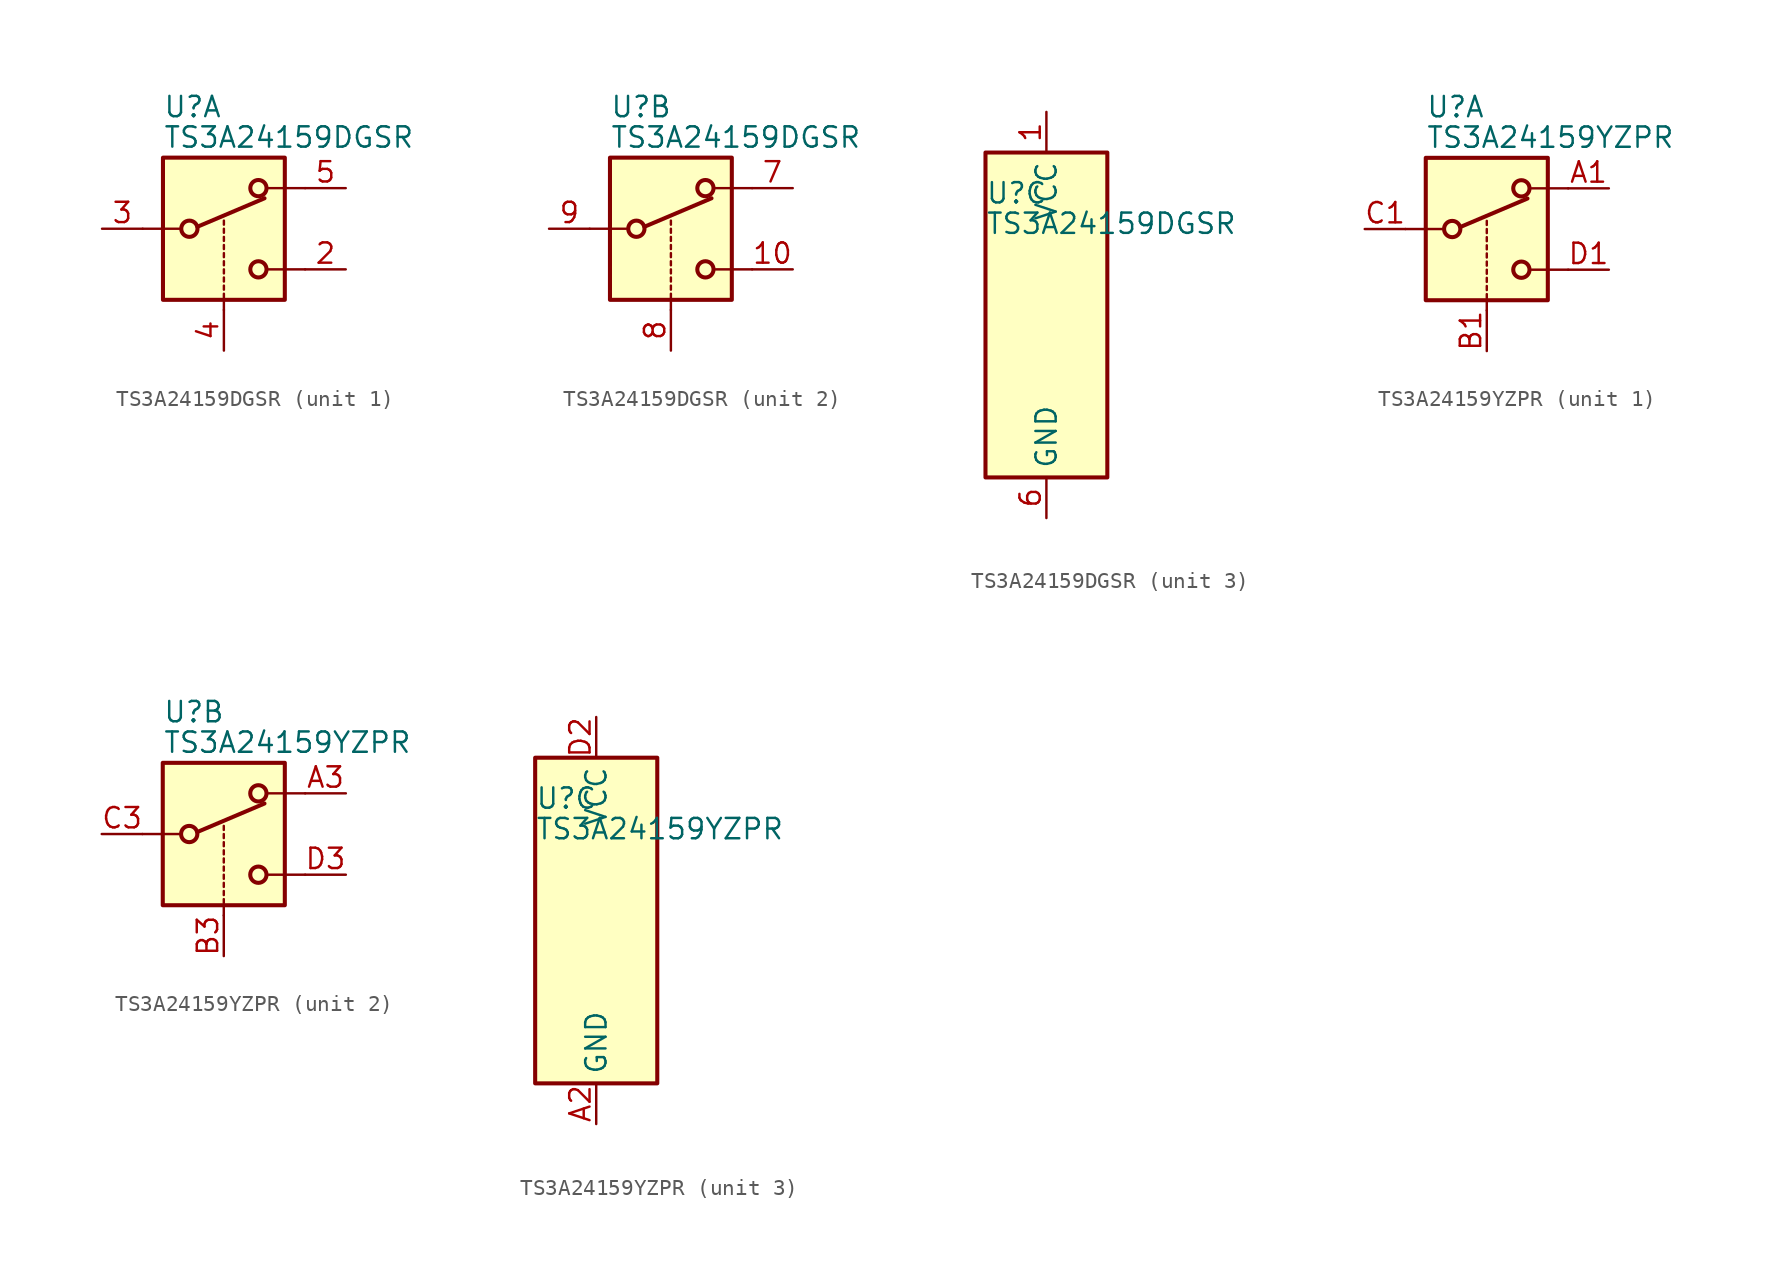
<source format=kicad_sym>
(kicad_symbol_lib
  (version 20231120)
  (generator "kicad_symbol_editor")
  (generator_version "8.0")
  (symbol "TS3A24159DGSR"
    (property "Reference" "U"
      (at -3.81 7.62 0)
      (effects (font (size 1.27 1.27)) (justify left)))
    (property "Value" "TS3A24159DGSR"
      (at -3.81 5.715 0)
      (effects (font (size 1.27 1.27)) (justify left)))
    (property "ki_locked" ""
      (at 0 0 0)
      (effects (font (size 1.27 1.27))))
    (symbol "TS3A24159DGSR_1_1"
      (rectangle (start -3.81 4.445) (end 3.81 -4.445) (stroke (width 0.254) (type default)) (fill (type background)))
      (circle (center -2.159 0) (radius 0.508) (stroke (width 0.254) (type default)) (fill (type none)))
      (polyline (pts (xy -5.08 0) (xy -2.794 0)) (stroke (width 0) (type default)) (fill (type none)))
      (polyline (pts (xy -1.651 0.127) (xy 2.54 1.905)) (stroke (width 0.254) (type default)) (fill (type none)))
      (polyline (pts (xy 0 -5.08) (xy 0 -4.572)) (stroke (width 0) (type default)) (fill (type none)))
      (polyline (pts (xy 0 -4.318) (xy 0 -4.064)) (stroke (width 0) (type default)) (fill (type none)))
      (polyline (pts (xy 0 -3.81) (xy 0 -3.556)) (stroke (width 0) (type default)) (fill (type none)))
      (polyline (pts (xy 0 -3.302) (xy 0 -3.048)) (stroke (width 0) (type default)) (fill (type none)))
      (polyline (pts (xy 0 -2.794) (xy 0 -2.54)) (stroke (width 0) (type default)) (fill (type none)))
      (polyline (pts (xy 0 -2.286) (xy 0 -2.032)) (stroke (width 0) (type default)) (fill (type none)))
      (polyline (pts (xy 0 -1.778) (xy 0 -1.524)) (stroke (width 0) (type default)) (fill (type none)))
      (polyline (pts (xy 0 -1.27) (xy 0 -1.016)) (stroke (width 0) (type default)) (fill (type none)))
      (polyline (pts (xy 0 -0.762) (xy 0 -0.508)) (stroke (width 0) (type default)) (fill (type none)))
      (polyline (pts (xy 0 -0.254) (xy 0 0)) (stroke (width 0) (type default)) (fill (type none)))
      (polyline (pts (xy 0 0.254) (xy 0 0.508)) (stroke (width 0) (type default)) (fill (type none)))
      (polyline (pts (xy 5.08 -2.54) (xy 2.794 -2.54)) (stroke (width 0) (type default)) (fill (type none)))
      (polyline (pts (xy 5.08 2.54) (xy 2.794 2.54)) (stroke (width 0) (type default)) (fill (type none)))
      (circle (center 2.159 -2.54) (radius 0.508) (stroke (width 0.254) (type default)) (fill (type none)))
      (circle (center 2.159 2.54) (radius 0.508) (stroke (width 0.254) (type default)) (fill (type none)))
      (pin passive line (at 7.62 -2.54 180) (length 2.54) (name "~" (effects (font (size 1.27 1.27)))) (number "2" (effects (font (size 1.27 1.27)))))
      (pin passive line (at -7.62 0 0) (length 2.54) (name "~" (effects (font (size 1.27 1.27)))) (number "3" (effects (font (size 1.27 1.27)))))
      (pin input line (at 0 -7.62 90) (length 2.54) (name "~" (effects (font (size 1.27 1.27)))) (number "4" (effects (font (size 1.27 1.27)))))
      (pin passive line (at 7.62 2.54 180) (length 2.54) (name "~" (effects (font (size 1.27 1.27)))) (number "5" (effects (font (size 1.27 1.27))))))
    (symbol "TS3A24159DGSR_2_1"
      (rectangle (start -3.81 4.445) (end 3.81 -4.445) (stroke (width 0.254) (type default)) (fill (type background)))
      (circle (center -2.159 0) (radius 0.508) (stroke (width 0.254) (type default)) (fill (type none)))
      (polyline (pts (xy -5.08 0) (xy -2.794 0)) (stroke (width 0) (type default)) (fill (type none)))
      (polyline (pts (xy -1.651 0.127) (xy 2.54 1.905)) (stroke (width 0.254) (type default)) (fill (type none)))
      (polyline (pts (xy 0 -5.08) (xy 0 -4.572)) (stroke (width 0) (type default)) (fill (type none)))
      (polyline (pts (xy 0 -4.318) (xy 0 -4.064)) (stroke (width 0) (type default)) (fill (type none)))
      (polyline (pts (xy 0 -3.81) (xy 0 -3.556)) (stroke (width 0) (type default)) (fill (type none)))
      (polyline (pts (xy 0 -3.302) (xy 0 -3.048)) (stroke (width 0) (type default)) (fill (type none)))
      (polyline (pts (xy 0 -2.794) (xy 0 -2.54)) (stroke (width 0) (type default)) (fill (type none)))
      (polyline (pts (xy 0 -2.286) (xy 0 -2.032)) (stroke (width 0) (type default)) (fill (type none)))
      (polyline (pts (xy 0 -1.778) (xy 0 -1.524)) (stroke (width 0) (type default)) (fill (type none)))
      (polyline (pts (xy 0 -1.27) (xy 0 -1.016)) (stroke (width 0) (type default)) (fill (type none)))
      (polyline (pts (xy 0 -0.762) (xy 0 -0.508)) (stroke (width 0) (type default)) (fill (type none)))
      (polyline (pts (xy 0 -0.254) (xy 0 0)) (stroke (width 0) (type default)) (fill (type none)))
      (polyline (pts (xy 0 0.254) (xy 0 0.508)) (stroke (width 0) (type default)) (fill (type none)))
      (polyline (pts (xy 5.08 -2.54) (xy 2.794 -2.54)) (stroke (width 0) (type default)) (fill (type none)))
      (polyline (pts (xy 5.08 2.54) (xy 2.794 2.54)) (stroke (width 0) (type default)) (fill (type none)))
      (circle (center 2.159 -2.54) (radius 0.508) (stroke (width 0.254) (type default)) (fill (type none)))
      (circle (center 2.159 2.54) (radius 0.508) (stroke (width 0.254) (type default)) (fill (type none)))
      (pin passive line (at 7.62 -2.54 180) (length 2.54) (name "~" (effects (font (size 1.27 1.27)))) (number "10" (effects (font (size 1.27 1.27)))))
      (pin passive line (at 7.62 2.54 180) (length 2.54) (name "~" (effects (font (size 1.27 1.27)))) (number "7" (effects (font (size 1.27 1.27)))))
      (pin input line (at 0 -7.62 90) (length 2.54) (name "~" (effects (font (size 1.27 1.27)))) (number "8" (effects (font (size 1.27 1.27)))))
      (pin passive line (at -7.62 0 0) (length 2.54) (name "~" (effects (font (size 1.27 1.27)))) (number "9" (effects (font (size 1.27 1.27))))))
    (symbol "TS3A24159DGSR_3_1"
      (rectangle (start -3.81 10.16) (end 3.81 -10.16) (stroke (width 0.254) (type default)) (fill (type background)))
      (pin power_in line (at 0 12.7 270) (length 2.54) (name "VCC" (effects (font (size 1.27 1.27)))) (number "1" (effects (font (size 1.27 1.27)))))
      (pin power_in line (at 0 -12.7 90) (length 2.54) (name "GND" (effects (font (size 1.27 1.27)))) (number "6" (effects (font (size 1.27 1.27)))))))
  (symbol "TS3A24159YZPR"
    (property "Reference" "U"
      (at -3.81 7.62 0)
      (effects (font (size 1.27 1.27)) (justify left)))
    (property "Value" "TS3A24159YZPR"
      (at -3.81 5.715 0)
      (effects (font (size 1.27 1.27)) (justify left)))
    (property "ki_locked" ""
      (at 0 0 0)
      (effects (font (size 1.27 1.27))))
    (symbol "TS3A24159YZPR_1_1"
      (rectangle (start -3.81 4.445) (end 3.81 -4.445) (stroke (width 0.254) (type default)) (fill (type background)))
      (circle (center -2.159 0) (radius 0.508) (stroke (width 0.254) (type default)) (fill (type none)))
      (polyline (pts (xy -5.08 0) (xy -2.794 0)) (stroke (width 0) (type default)) (fill (type none)))
      (polyline (pts (xy -1.651 0.127) (xy 2.54 1.905)) (stroke (width 0.254) (type default)) (fill (type none)))
      (polyline (pts (xy 0 -5.08) (xy 0 -4.572)) (stroke (width 0) (type default)) (fill (type none)))
      (polyline (pts (xy 0 -4.318) (xy 0 -4.064)) (stroke (width 0) (type default)) (fill (type none)))
      (polyline (pts (xy 0 -3.81) (xy 0 -3.556)) (stroke (width 0) (type default)) (fill (type none)))
      (polyline (pts (xy 0 -3.302) (xy 0 -3.048)) (stroke (width 0) (type default)) (fill (type none)))
      (polyline (pts (xy 0 -2.794) (xy 0 -2.54)) (stroke (width 0) (type default)) (fill (type none)))
      (polyline (pts (xy 0 -2.286) (xy 0 -2.032)) (stroke (width 0) (type default)) (fill (type none)))
      (polyline (pts (xy 0 -1.778) (xy 0 -1.524)) (stroke (width 0) (type default)) (fill (type none)))
      (polyline (pts (xy 0 -1.27) (xy 0 -1.016)) (stroke (width 0) (type default)) (fill (type none)))
      (polyline (pts (xy 0 -0.762) (xy 0 -0.508)) (stroke (width 0) (type default)) (fill (type none)))
      (polyline (pts (xy 0 -0.254) (xy 0 0)) (stroke (width 0) (type default)) (fill (type none)))
      (polyline (pts (xy 0 0.254) (xy 0 0.508)) (stroke (width 0) (type default)) (fill (type none)))
      (polyline (pts (xy 5.08 -2.54) (xy 2.794 -2.54)) (stroke (width 0) (type default)) (fill (type none)))
      (polyline (pts (xy 5.08 2.54) (xy 2.794 2.54)) (stroke (width 0) (type default)) (fill (type none)))
      (circle (center 2.159 -2.54) (radius 0.508) (stroke (width 0.254) (type default)) (fill (type none)))
      (circle (center 2.159 2.54) (radius 0.508) (stroke (width 0.254) (type default)) (fill (type none)))
      (pin passive line (at 7.62 2.54 180) (length 2.54) (name "~" (effects (font (size 1.27 1.27)))) (number "A1" (effects (font (size 1.27 1.27)))))
      (pin input line (at 0 -7.62 90) (length 2.54) (name "~" (effects (font (size 1.27 1.27)))) (number "B1" (effects (font (size 1.27 1.27)))))
      (pin passive line (at -7.62 0 0) (length 2.54) (name "~" (effects (font (size 1.27 1.27)))) (number "C1" (effects (font (size 1.27 1.27)))))
      (pin passive line (at 7.62 -2.54 180) (length 2.54) (name "~" (effects (font (size 1.27 1.27)))) (number "D1" (effects (font (size 1.27 1.27))))))
    (symbol "TS3A24159YZPR_2_1"
      (rectangle (start -3.81 4.445) (end 3.81 -4.445) (stroke (width 0.254) (type default)) (fill (type background)))
      (circle (center -2.159 0) (radius 0.508) (stroke (width 0.254) (type default)) (fill (type none)))
      (polyline (pts (xy -5.08 0) (xy -2.794 0)) (stroke (width 0) (type default)) (fill (type none)))
      (polyline (pts (xy -1.651 0.127) (xy 2.54 1.905)) (stroke (width 0.254) (type default)) (fill (type none)))
      (polyline (pts (xy 0 -5.08) (xy 0 -4.572)) (stroke (width 0) (type default)) (fill (type none)))
      (polyline (pts (xy 0 -4.318) (xy 0 -4.064)) (stroke (width 0) (type default)) (fill (type none)))
      (polyline (pts (xy 0 -3.81) (xy 0 -3.556)) (stroke (width 0) (type default)) (fill (type none)))
      (polyline (pts (xy 0 -3.302) (xy 0 -3.048)) (stroke (width 0) (type default)) (fill (type none)))
      (polyline (pts (xy 0 -2.794) (xy 0 -2.54)) (stroke (width 0) (type default)) (fill (type none)))
      (polyline (pts (xy 0 -2.286) (xy 0 -2.032)) (stroke (width 0) (type default)) (fill (type none)))
      (polyline (pts (xy 0 -1.778) (xy 0 -1.524)) (stroke (width 0) (type default)) (fill (type none)))
      (polyline (pts (xy 0 -1.27) (xy 0 -1.016)) (stroke (width 0) (type default)) (fill (type none)))
      (polyline (pts (xy 0 -0.762) (xy 0 -0.508)) (stroke (width 0) (type default)) (fill (type none)))
      (polyline (pts (xy 0 -0.254) (xy 0 0)) (stroke (width 0) (type default)) (fill (type none)))
      (polyline (pts (xy 0 0.254) (xy 0 0.508)) (stroke (width 0) (type default)) (fill (type none)))
      (polyline (pts (xy 5.08 -2.54) (xy 2.794 -2.54)) (stroke (width 0) (type default)) (fill (type none)))
      (polyline (pts (xy 5.08 2.54) (xy 2.794 2.54)) (stroke (width 0) (type default)) (fill (type none)))
      (circle (center 2.159 -2.54) (radius 0.508) (stroke (width 0.254) (type default)) (fill (type none)))
      (circle (center 2.159 2.54) (radius 0.508) (stroke (width 0.254) (type default)) (fill (type none)))
      (pin passive line (at 7.62 2.54 180) (length 2.54) (name "~" (effects (font (size 1.27 1.27)))) (number "A3" (effects (font (size 1.27 1.27)))))
      (pin input line (at 0 -7.62 90) (length 2.54) (name "~" (effects (font (size 1.27 1.27)))) (number "B3" (effects (font (size 1.27 1.27)))))
      (pin passive line (at -7.62 0 0) (length 2.54) (name "~" (effects (font (size 1.27 1.27)))) (number "C3" (effects (font (size 1.27 1.27)))))
      (pin passive line (at 7.62 -2.54 180) (length 2.54) (name "~" (effects (font (size 1.27 1.27)))) (number "D3" (effects (font (size 1.27 1.27))))))
    (symbol "TS3A24159YZPR_3_1"
      (rectangle (start -3.81 10.16) (end 3.81 -10.16) (stroke (width 0.254) (type default)) (fill (type background)))
      (pin power_in line (at 0 -12.7 90) (length 2.54) (name "GND" (effects (font (size 1.27 1.27)))) (number "A2" (effects (font (size 1.27 1.27)))))
      (pin power_in line (at 0 12.7 270) (length 2.54) (name "VCC" (effects (font (size 1.27 1.27)))) (number "D2" (effects (font (size 1.27 1.27))))))))
</source>
